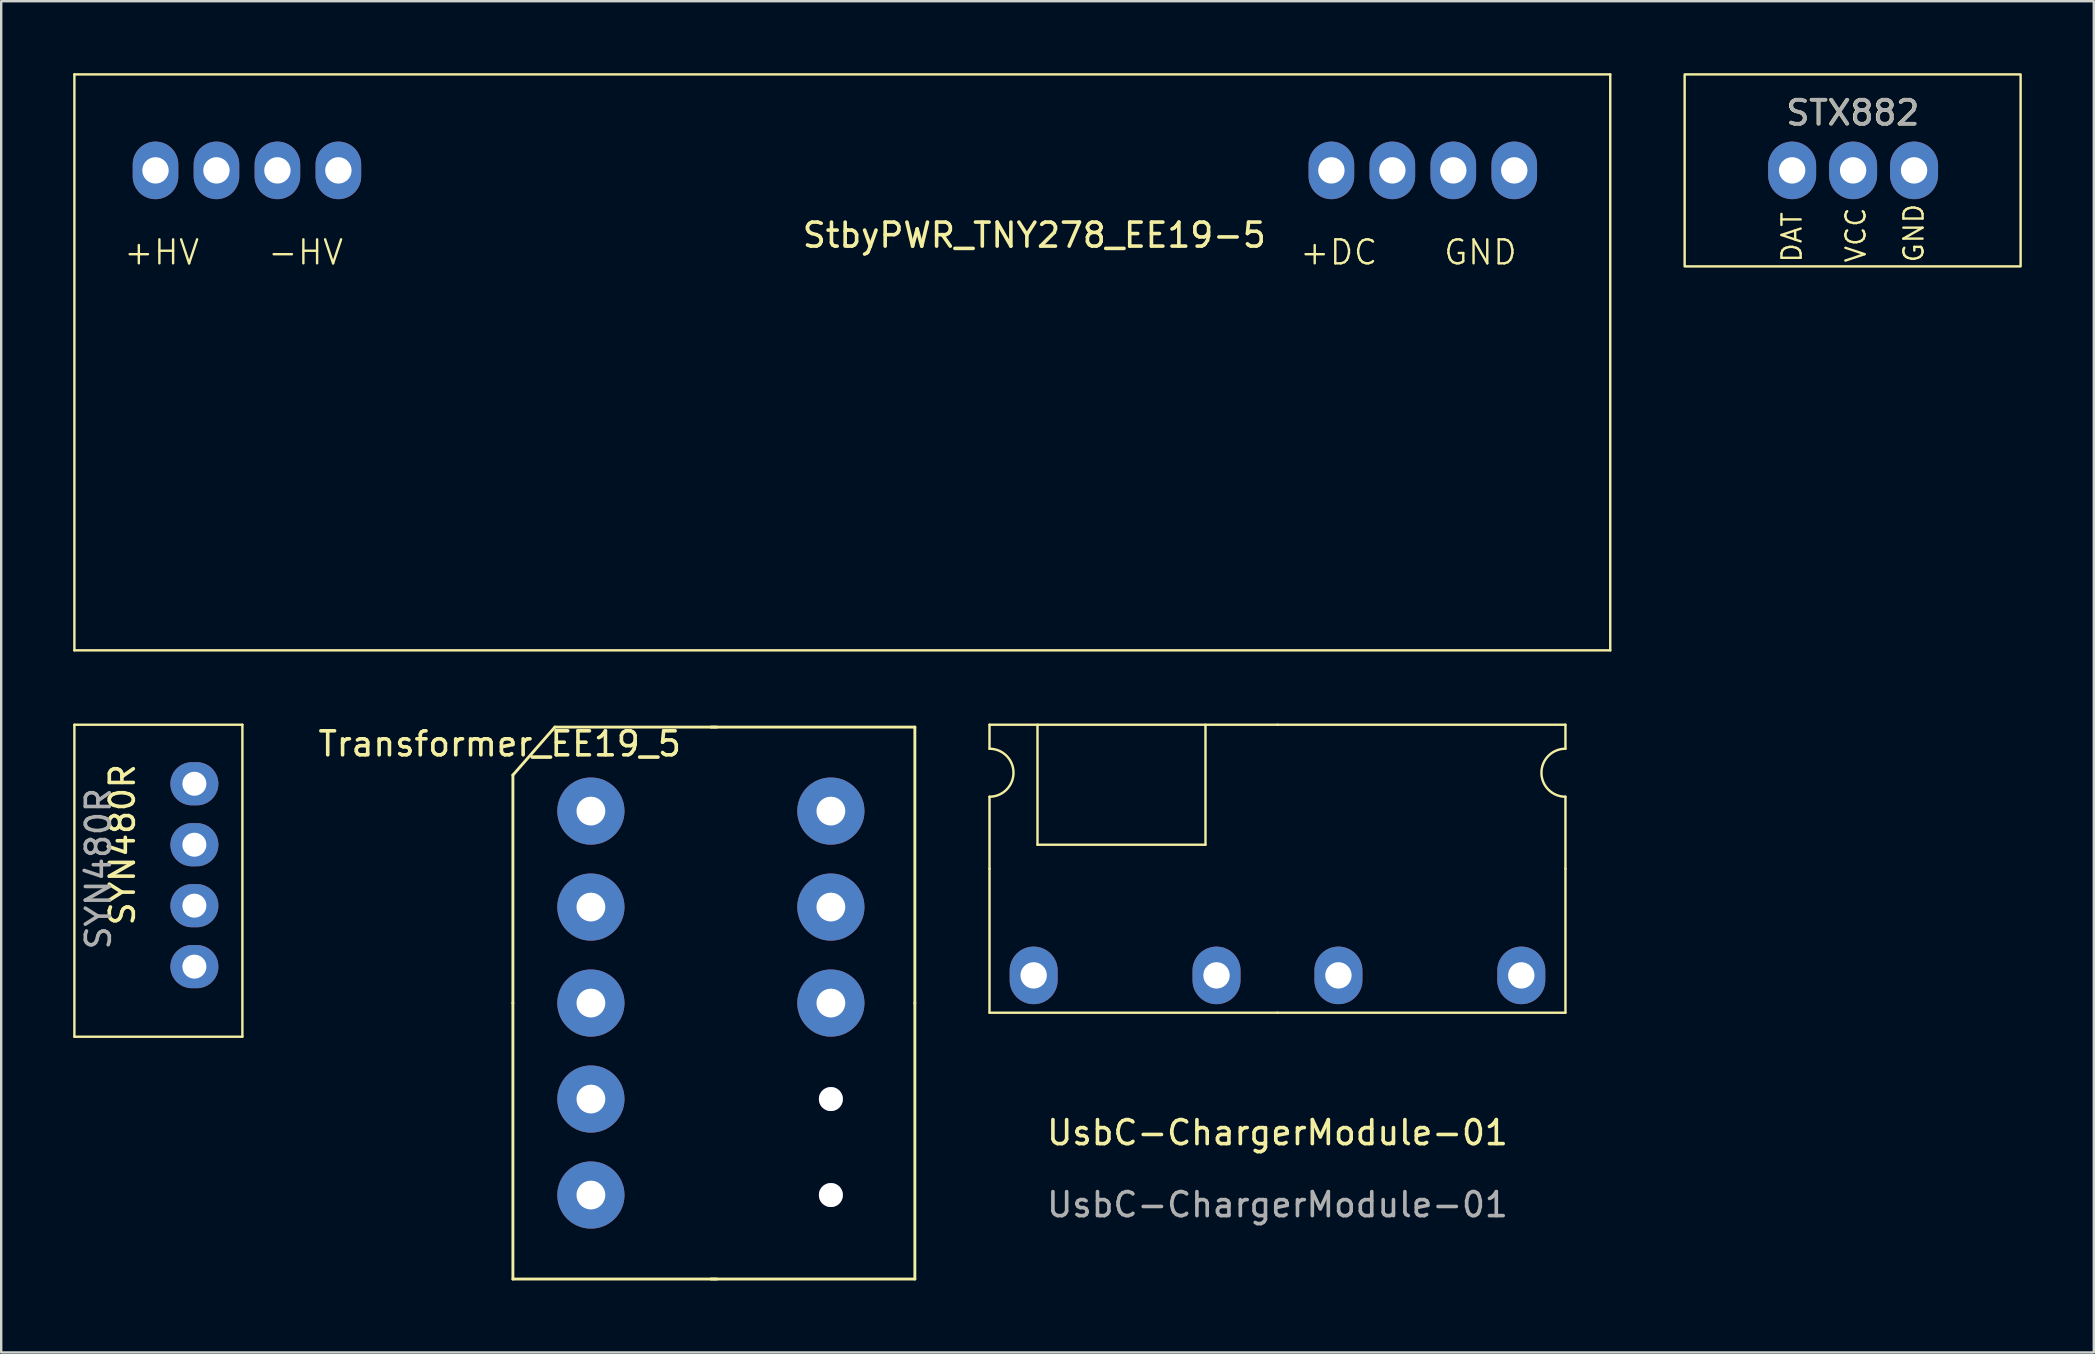
<source format=kicad_pcb>
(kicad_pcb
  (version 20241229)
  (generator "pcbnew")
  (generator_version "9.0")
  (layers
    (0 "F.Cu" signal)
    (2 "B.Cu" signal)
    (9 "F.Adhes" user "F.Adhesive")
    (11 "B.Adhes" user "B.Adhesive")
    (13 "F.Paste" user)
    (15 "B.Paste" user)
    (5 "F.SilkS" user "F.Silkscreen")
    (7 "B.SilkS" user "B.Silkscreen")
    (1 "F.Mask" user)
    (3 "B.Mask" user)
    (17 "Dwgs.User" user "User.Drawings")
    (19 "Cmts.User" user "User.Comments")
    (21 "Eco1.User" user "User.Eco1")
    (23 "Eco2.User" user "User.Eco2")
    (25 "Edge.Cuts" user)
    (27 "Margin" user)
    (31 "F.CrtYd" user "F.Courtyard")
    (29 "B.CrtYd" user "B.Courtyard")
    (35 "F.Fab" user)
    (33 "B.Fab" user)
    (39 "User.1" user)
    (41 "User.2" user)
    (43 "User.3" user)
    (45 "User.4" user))
  (footprint "UsbC-ChargerModule-01"
    (layer "F.Cu")
    (at 50.183 33.15)
    (property "Reference" "UsbC-ChargerModule-01" (at 0 11 180) (layer "F.SilkS") (effects (font (size 1 1) (thickness 0.15))))
    (attr through_hole)
    (fp_line (start -12 -6) (end -12 -5) (stroke (width 0.1) (type default)) (layer "F.SilkS"))
    (fp_line (start -12 -6) (end 0 -6) (stroke (width 0.1) (type default)) (layer "F.SilkS"))
    (fp_line (start -12 -3) (end -12 0) (stroke (width 0.1) (type default)) (layer "F.SilkS"))
    (fp_line (start -12 0) (end -12 6) (stroke (width 0.1) (type default)) (layer "F.SilkS"))
    (fp_line (start -12 6) (end 0 6) (stroke (width 0.1) (type default)) (layer "F.SilkS"))
    (fp_line (start -10 -6) (end -10 -1) (stroke (width 0.1) (type default)) (layer "F.SilkS"))
    (fp_line (start -10 -1) (end -3 -1) (stroke (width 0.1) (type default)) (layer "F.SilkS"))
    (fp_line (start -3 -1) (end -3 -6) (stroke (width 0.1) (type default)) (layer "F.SilkS"))
    (fp_line (start 0 -6) (end 12 -6) (stroke (width 0.1) (type default)) (layer "F.SilkS"))
    (fp_line (start 0 6) (end 12 6) (stroke (width 0.1) (type default)) (layer "F.SilkS"))
    (fp_line (start 12 -5) (end 12 -6) (stroke (width 0.1) (type default)) (layer "F.SilkS"))
    (fp_line (start 12 -3) (end 12 0) (stroke (width 0.1) (type default)) (layer "F.SilkS"))
    (fp_line (start 12 0) (end 12 6) (stroke (width 0.1) (type default)) (layer "F.SilkS"))
    (fp_arc (start -12 -5) (mid -11 -4) (end -12 -3) (stroke (width 0.1) (type default)) (layer "F.SilkS"))
    (fp_arc (start 12 -3) (mid 11 -4) (end 12 -5) (stroke (width 0.1) (type default)) (layer "F.SilkS"))
    (fp_text user "${REFERENCE}" (at 0 14 180) (layer "F.Fab") (effects (font (size 1 1) (thickness 0.15))))
    (pad "1" thru_hole oval (at 10.16 4.445 90) (size 2.4 2) (drill 1.1) (layers "*.Cu" "*.Mask"))
    (pad "2" thru_hole oval (at 2.54 4.445 90) (size 2.4 2) (drill 1.1) (layers "*.Cu" "*.Mask"))
    (pad "3" thru_hole oval (at -10.16 4.445 90) (size 2.4 2) (drill 1.1) (layers "*.Cu" "*.Mask"))
    (pad "4" thru_hole oval (at -2.54 4.445 90) (size 2.4 2) (drill 1.1) (layers "*.Cu" "*.Mask")))
  (footprint "Transformer_EE19_5"
    (layer "F.Cu")
    (at 26.573 38.748)
    (property "Reference" "Transformer_EE19_5" (at -8.8 -10.8 0) (layer "F.SilkS") (effects (font (size 1 1) (thickness 0.15))))
    (fp_line (start -8.25 0) (end -8.25 -9.5) (stroke (width 0.12) (type solid)) (layer "F.SilkS"))
    (fp_line (start -8.25 11.5) (end -8.25 0) (stroke (width 0.12) (type solid)) (layer "F.SilkS"))
    (fp_line (start -8.25 11.5) (end 0.25 11.5) (stroke (width 0.12) (type solid)) (layer "F.SilkS"))
    (fp_line (start -6.5 -11.5) (end -8.25 -9.5) (stroke (width 0.12) (type solid)) (layer "F.SilkS"))
    (fp_line (start -6.5 -11.5) (end 0.25 -11.5) (stroke (width 0.12) (type solid)) (layer "F.SilkS"))
    (fp_line (start 0 -11.5) (end 8.5 -11.5) (stroke (width 0.12) (type solid)) (layer "F.SilkS"))
    (fp_line (start 0 11.5) (end 8.5 11.5) (stroke (width 0.12) (type solid)) (layer "F.SilkS"))
    (fp_line (start 8.5 0) (end 8.5 -11.5) (stroke (width 0.12) (type solid)) (layer "F.SilkS"))
    (fp_line (start 8.5 11.5) (end 8.5 0) (stroke (width 0.12) (type solid)) (layer "F.SilkS"))
    (pad "" thru_hole circle (at 5 4 270) (size 1 1) (drill 1.2) (layers "*.Cu" "*.Mask"))
    (pad "1" thru_hole circle (at -5 -8 270) (size 2.8 2.8) (drill 1.2) (layers "*.Cu" "*.Mask"))
    (pad "2" thru_hole circle (at -5 -4 270) (size 2.8 2.8) (drill 1.2) (layers "*.Cu" "*.Mask"))
    (pad "3" thru_hole circle (at -5 0 270) (size 2.8 2.8) (drill 1.2) (layers "*.Cu" "*.Mask"))
    (pad "4" thru_hole circle (at -5 4 270) (size 2.8 2.8) (drill 1.2) (layers "*.Cu" "*.Mask"))
    (pad "5" thru_hole circle (at -5 8 270) (size 2.8 2.8) (drill 1.2) (layers "*.Cu" "*.Mask"))
    (pad "6" thru_hole circle (at 5 8 270) (size 1 1) (drill 1.2) (layers "*.Cu" "*.Mask"))
    (pad "8" thru_hole circle (at 5 0 270) (size 2.8 2.8) (drill 1.2) (layers "*.Cu" "*.Mask"))
    (pad "9" thru_hole circle (at 5 -4 270) (size 2.8 2.8) (drill 1.2) (layers "*.Cu" "*.Mask"))
    (pad "10" thru_hole circle (at 5 -8 270) (size 2.8 2.8) (drill 1.2) (layers "*.Cu" "*.Mask")))
  (footprint "STX882"
    (layer "F.Cu")
    (at 74.15 4.05)
    (property "Reference" "STX882" (at 0 -2.4 180) (layer "F.SilkS") (effects (font (size 1 1) (thickness 0.15))))
    (attr through_hole)
    (fp_rect (start -7 -4) (end 7 4) (stroke (width 0.1) (type default)) (fill no) (layer "F.SilkS"))
    (fp_text user "GND" (at 3.017 3.9 90) (unlocked yes) (layer "F.SilkS") (effects (font (size 0.8 0.8) (thickness 0.1)) (justify left bottom)))
    (fp_text user "VCC" (at 0.6 3.9 90) (unlocked yes) (layer "F.SilkS") (effects (font (size 0.8 0.8) (thickness 0.1)) (justify left bottom)))
    (fp_text user "DAT" (at -2.063 3.9 90) (unlocked yes) (layer "F.SilkS") (effects (font (size 0.8 0.8) (thickness 0.1)) (justify left bottom)))
    (fp_text user "${REFERENCE}" (at 0.02 -2.4 180) (layer "F.Fab") (effects (font (size 1 1) (thickness 0.15))))
    (pad "2" thru_hole oval (at -2.52 0 90) (size 2.4 2) (drill 1.1) (layers "*.Cu" "*.Mask"))
    (pad "3" thru_hole oval (at 0.02 0 90) (size 2.4 2) (drill 1.1) (layers "*.Cu" "*.Mask"))
    (pad "4" thru_hole oval (at 2.56 0 90) (size 2.4 2) (drill 1.1) (layers "*.Cu" "*.Mask")))
  (footprint "SYN480R"
    (layer "F.Cu")
    (at 5.05 32.15)
    (property "Reference" "SYN480R" (at -3 0 90) (layer "F.SilkS") (effects (font (size 1 1) (thickness 0.15))))
    (attr through_hole)
    (fp_line (start -5 8) (end -5 -5) (stroke (width 0.1) (type default)) (layer "F.SilkS"))
    (fp_line (start 2 -5) (end -5 -5) (stroke (width 0.1) (type default)) (layer "F.SilkS"))
    (fp_line (start 2 8) (end -5 8) (stroke (width 0.1) (type default)) (layer "F.SilkS"))
    (fp_line (start 2 8) (end 2 -5) (stroke (width 0.1) (type default)) (layer "F.SilkS"))
    (fp_text user "${REFERENCE}" (at -4 1 90) (layer "F.Fab") (effects (font (size 1 1) (thickness 0.15))))
    (pad "0" thru_hole oval (at 0 -2.54) (size 2 1.8) (drill 1) (layers "*.Cu" "*.Mask"))
    (pad "1" thru_hole oval (at 0 0) (size 2 1.8) (drill 1) (layers "*.Cu" "*.Mask"))
    (pad "2" thru_hole oval (at 0 2.54) (size 2 1.8) (drill 1) (layers "*.Cu" "*.Mask"))
    (pad "3" thru_hole oval (at 0 5.08) (size 2 1.8) (drill 1) (layers "*.Cu" "*.Mask")))
  (footprint "StbyPWR_TNY278_EE19-5"
    (layer "F.Cu")
    (at 40.05 4.05)
    (property "Reference" "StbyPWR_TNY278_EE19-5" (at 0 2.7 0) (layer "F.SilkS") (effects (font (size 1 1) (thickness 0.15))))
    (attr through_hole)
    (fp_line (start -40 -4) (end -40 20) (stroke (width 0.1) (type default)) (layer "F.SilkS"))
    (fp_line (start -40 20) (end 24 20) (stroke (width 0.1) (type default)) (layer "F.SilkS"))
    (fp_line (start 24 -4) (end -40 -4) (stroke (width 0.1) (type default)) (layer "F.SilkS"))
    (fp_line (start 24 20) (end 24 -4) (stroke (width 0.1) (type default)) (layer "F.SilkS"))
    (fp_text user "GND" (at 17 4 0) (unlocked yes) (layer "F.SilkS") (effects (font (size 1 1) (thickness 0.1)) (justify left bottom)))
    (fp_text user "+DC" (at 11 4 0) (unlocked yes) (layer "F.SilkS") (effects (font (size 1 1) (thickness 0.1)) (justify left bottom)))
    (fp_text user "+HV" (at -38 4 0) (unlocked yes) (layer "F.SilkS") (effects (font (size 1 1) (thickness 0.1)) (justify left bottom)))
    (fp_text user "-HV" (at -32 4 0) (unlocked yes) (layer "F.SilkS") (effects (font (size 1 1) (thickness 0.1)) (justify left bottom)))
    (pad "1" thru_hole oval (at -36.62 0) (size 1.9 2.4) (drill 1.1) (layers "*.Cu" "*.Mask"))
    (pad "2" thru_hole oval (at -34.08 0) (size 1.9 2.4) (drill 1.1) (layers "*.Cu" "*.Mask"))
    (pad "3" thru_hole oval (at -31.54 0) (size 1.9 2.4) (drill 1.1) (layers "*.Cu" "*.Mask"))
    (pad "4" thru_hole oval (at -29 0) (size 1.9 2.4) (drill 1.1) (layers "*.Cu" "*.Mask"))
    (pad "5" thru_hole oval (at 12.38 0) (size 1.9 2.4) (drill 1.1) (layers "*.Cu" "*.Mask"))
    (pad "6" thru_hole oval (at 14.92 0) (size 1.9 2.4) (drill 1.1) (layers "*.Cu" "*.Mask"))
    (pad "7" thru_hole oval (at 17.46 0) (size 1.9 2.4) (drill 1.1) (layers "*.Cu" "*.Mask"))
    (pad "8" thru_hole oval (at 20 0) (size 1.9 2.4) (drill 1.1) (layers "*.Cu" "*.Mask")))
  (gr_rect
    (start -3 -3)
    (end 84.2 53.308)
    (stroke (width 0.1) (type default))
    (fill no)
    (layer "Edge.Cuts")))
</source>
